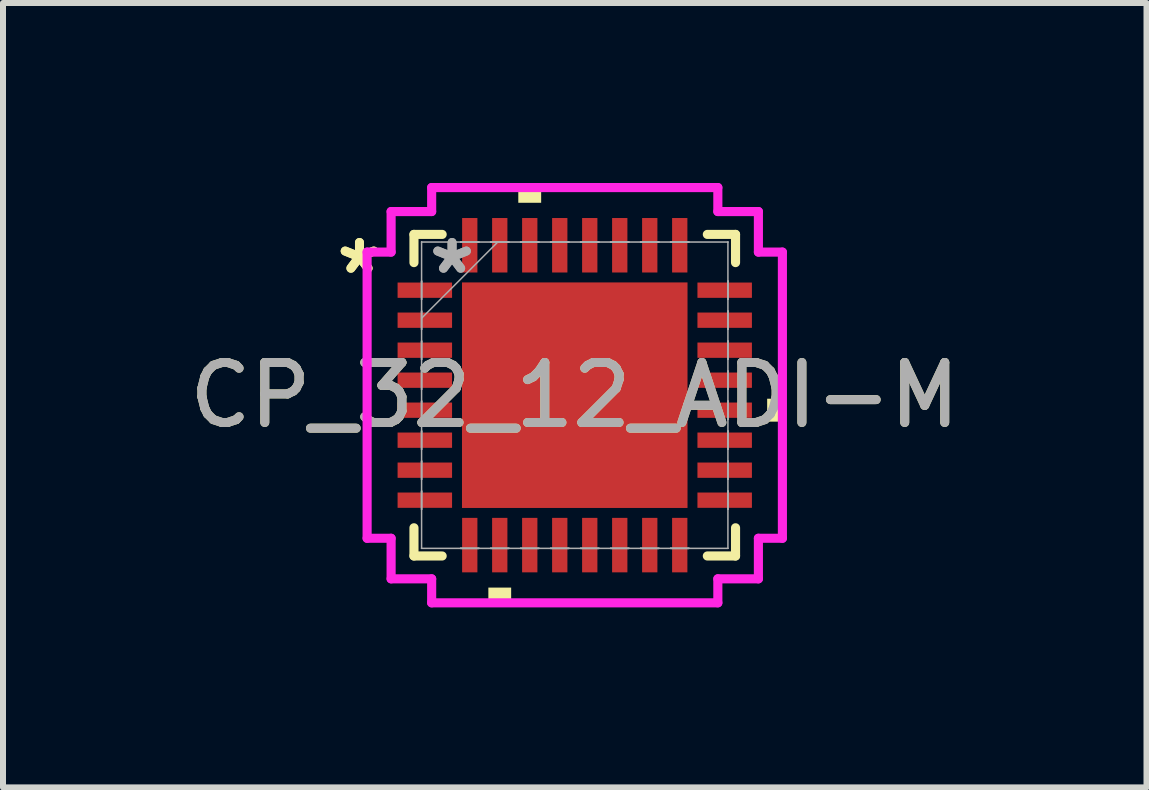
<source format=kicad_pcb>
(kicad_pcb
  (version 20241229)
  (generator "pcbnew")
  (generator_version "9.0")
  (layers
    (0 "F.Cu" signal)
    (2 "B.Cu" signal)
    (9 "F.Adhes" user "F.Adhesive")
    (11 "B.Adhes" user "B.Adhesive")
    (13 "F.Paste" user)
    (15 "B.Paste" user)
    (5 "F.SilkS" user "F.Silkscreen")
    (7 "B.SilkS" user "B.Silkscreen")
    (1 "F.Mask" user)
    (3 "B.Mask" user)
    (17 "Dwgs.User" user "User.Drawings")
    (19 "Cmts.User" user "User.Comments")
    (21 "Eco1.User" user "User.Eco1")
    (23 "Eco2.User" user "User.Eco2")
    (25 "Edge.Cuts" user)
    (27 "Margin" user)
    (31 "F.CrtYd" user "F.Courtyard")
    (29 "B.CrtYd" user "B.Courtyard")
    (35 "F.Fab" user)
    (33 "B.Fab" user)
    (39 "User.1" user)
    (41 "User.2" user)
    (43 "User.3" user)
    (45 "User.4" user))
  (footprint "CP_32_12_ADI-M"
    (layer "F.Cu")
    (at 6.53 3.537)
    (property "Reference" "CP_32_12_ADI-M" (at 0 0 0) (unlocked yes) (layer "F.SilkS") (effects (font (size 1 1) (thickness 0.15))))
    (attr smd)
    (fp_line (start -2.68 -2.68) (end -2.68 -2.21) (stroke (width 0.152) (type solid)) (layer "F.SilkS"))
    (fp_line (start -2.68 2.21) (end -2.68 2.68) (stroke (width 0.152) (type solid)) (layer "F.SilkS"))
    (fp_line (start -2.68 2.68) (end -2.21 2.68) (stroke (width 0.152) (type solid)) (layer "F.SilkS"))
    (fp_line (start -2.21 -2.68) (end -2.68 -2.68) (stroke (width 0.152) (type solid)) (layer "F.SilkS"))
    (fp_line (start 2.21 2.68) (end 2.68 2.68) (stroke (width 0.152) (type solid)) (layer "F.SilkS"))
    (fp_line (start 2.68 -2.68) (end 2.21 -2.68) (stroke (width 0.152) (type solid)) (layer "F.SilkS"))
    (fp_line (start 2.68 -2.21) (end 2.68 -2.68) (stroke (width 0.152) (type solid)) (layer "F.SilkS"))
    (fp_line (start 2.68 2.68) (end 2.68 2.21) (stroke (width 0.152) (type solid)) (layer "F.SilkS"))
    (fp_poly (pts (xy -1.44 3.207) (xy -1.44 3.461) (xy -1.06 3.461) (xy -1.06 3.207)) (stroke (width 0) (type solid)) (fill yes) (layer "F.SilkS"))
    (fp_poly (pts (xy -0.941 -3.207) (xy -0.941 -3.461) (xy -0.56 -3.461) (xy -0.56 -3.207)) (stroke (width 0) (type solid)) (fill yes) (layer "F.SilkS"))
    (fp_poly (pts (xy 3.461 0.059) (xy 3.461 0.441) (xy 3.207 0.441) (xy 3.207 0.059)) (stroke (width 0) (type solid)) (fill yes) (layer "F.SilkS"))
    (fp_poly (pts (xy -1.78 -1.78) (xy -1.78 -0.1) (xy -0.1 -0.1) (xy -0.1 -1.78)) (stroke (width 0) (type solid)) (fill yes) (layer "F.Paste"))
    (fp_poly (pts (xy -1.78 0.1) (xy -1.78 1.78) (xy -0.1 1.78) (xy -0.1 0.1)) (stroke (width 0) (type solid)) (fill yes) (layer "F.Paste"))
    (fp_poly (pts (xy 0.1 -1.78) (xy 0.1 -0.1) (xy 1.78 -0.1) (xy 1.78 -1.78)) (stroke (width 0) (type solid)) (fill yes) (layer "F.Paste"))
    (fp_poly (pts (xy 0.1 0.1) (xy 0.1 1.78) (xy 1.78 1.78) (xy 1.78 0.1)) (stroke (width 0) (type solid)) (fill yes) (layer "F.Paste"))
    (fp_line (start -3.461 -2.385) (end -3.061 -2.385) (stroke (width 0.152) (type solid)) (layer "F.CrtYd"))
    (fp_line (start -3.461 2.385) (end -3.461 -2.385) (stroke (width 0.152) (type solid)) (layer "F.CrtYd"))
    (fp_line (start -3.061 -3.061) (end -2.385 -3.061) (stroke (width 0.152) (type solid)) (layer "F.CrtYd"))
    (fp_line (start -3.061 -2.385) (end -3.061 -3.061) (stroke (width 0.152) (type solid)) (layer "F.CrtYd"))
    (fp_line (start -3.061 2.385) (end -3.461 2.385) (stroke (width 0.152) (type solid)) (layer "F.CrtYd"))
    (fp_line (start -3.061 3.061) (end -3.061 2.385) (stroke (width 0.152) (type solid)) (layer "F.CrtYd"))
    (fp_line (start -2.385 -3.461) (end 2.385 -3.461) (stroke (width 0.152) (type solid)) (layer "F.CrtYd"))
    (fp_line (start -2.385 -3.061) (end -2.385 -3.461) (stroke (width 0.152) (type solid)) (layer "F.CrtYd"))
    (fp_line (start -2.385 3.061) (end -3.061 3.061) (stroke (width 0.152) (type solid)) (layer "F.CrtYd"))
    (fp_line (start -2.385 3.461) (end -2.385 3.061) (stroke (width 0.152) (type solid)) (layer "F.CrtYd"))
    (fp_line (start 2.385 -3.461) (end 2.385 -3.061) (stroke (width 0.152) (type solid)) (layer "F.CrtYd"))
    (fp_line (start 2.385 -3.061) (end 3.061 -3.061) (stroke (width 0.152) (type solid)) (layer "F.CrtYd"))
    (fp_line (start 2.385 3.061) (end 2.385 3.461) (stroke (width 0.152) (type solid)) (layer "F.CrtYd"))
    (fp_line (start 2.385 3.461) (end -2.385 3.461) (stroke (width 0.152) (type solid)) (layer "F.CrtYd"))
    (fp_line (start 3.061 -3.061) (end 3.061 -2.385) (stroke (width 0.152) (type solid)) (layer "F.CrtYd"))
    (fp_line (start 3.061 -2.385) (end 3.461 -2.385) (stroke (width 0.152) (type solid)) (layer "F.CrtYd"))
    (fp_line (start 3.061 2.385) (end 3.061 3.061) (stroke (width 0.152) (type solid)) (layer "F.CrtYd"))
    (fp_line (start 3.061 3.061) (end 2.385 3.061) (stroke (width 0.152) (type solid)) (layer "F.CrtYd"))
    (fp_line (start 3.461 -2.385) (end 3.461 2.385) (stroke (width 0.152) (type solid)) (layer "F.CrtYd"))
    (fp_line (start 3.461 2.385) (end 3.061 2.385) (stroke (width 0.152) (type solid)) (layer "F.CrtYd"))
    (fp_line (start -2.553 -2.553) (end -2.553 -2.553) (stroke (width 0.025) (type solid)) (layer "F.Fab"))
    (fp_line (start -2.553 -2.553) (end -2.553 2.553) (stroke (width 0.025) (type solid)) (layer "F.Fab"))
    (fp_line (start -2.553 -1.902) (end -2.553 -1.902) (stroke (width 0.025) (type solid)) (layer "F.Fab"))
    (fp_line (start -2.553 -1.902) (end -2.553 -1.598) (stroke (width 0.025) (type solid)) (layer "F.Fab"))
    (fp_line (start -2.553 -1.598) (end -2.553 -1.902) (stroke (width 0.025) (type solid)) (layer "F.Fab"))
    (fp_line (start -2.553 -1.598) (end -2.553 -1.598) (stroke (width 0.025) (type solid)) (layer "F.Fab"))
    (fp_line (start -2.553 -1.402) (end -2.553 -1.402) (stroke (width 0.025) (type solid)) (layer "F.Fab"))
    (fp_line (start -2.553 -1.402) (end -2.553 -1.098) (stroke (width 0.025) (type solid)) (layer "F.Fab"))
    (fp_line (start -2.553 -1.283) (end -1.283 -2.553) (stroke (width 0.025) (type solid)) (layer "F.Fab"))
    (fp_line (start -2.553 -1.098) (end -2.553 -1.402) (stroke (width 0.025) (type solid)) (layer "F.Fab"))
    (fp_line (start -2.553 -1.098) (end -2.553 -1.098) (stroke (width 0.025) (type solid)) (layer "F.Fab"))
    (fp_line (start -2.553 -0.902) (end -2.553 -0.902) (stroke (width 0.025) (type solid)) (layer "F.Fab"))
    (fp_line (start -2.553 -0.902) (end -2.553 -0.598) (stroke (width 0.025) (type solid)) (layer "F.Fab"))
    (fp_line (start -2.553 -0.598) (end -2.553 -0.902) (stroke (width 0.025) (type solid)) (layer "F.Fab"))
    (fp_line (start -2.553 -0.598) (end -2.553 -0.598) (stroke (width 0.025) (type solid)) (layer "F.Fab"))
    (fp_line (start -2.553 -0.402) (end -2.553 -0.402) (stroke (width 0.025) (type solid)) (layer "F.Fab"))
    (fp_line (start -2.553 -0.402) (end -2.553 -0.098) (stroke (width 0.025) (type solid)) (layer "F.Fab"))
    (fp_line (start -2.553 -0.098) (end -2.553 -0.402) (stroke (width 0.025) (type solid)) (layer "F.Fab"))
    (fp_line (start -2.553 -0.098) (end -2.553 -0.098) (stroke (width 0.025) (type solid)) (layer "F.Fab"))
    (fp_line (start -2.553 0.098) (end -2.553 0.098) (stroke (width 0.025) (type solid)) (layer "F.Fab"))
    (fp_line (start -2.553 0.098) (end -2.553 0.402) (stroke (width 0.025) (type solid)) (layer "F.Fab"))
    (fp_line (start -2.553 0.402) (end -2.553 0.098) (stroke (width 0.025) (type solid)) (layer "F.Fab"))
    (fp_line (start -2.553 0.402) (end -2.553 0.402) (stroke (width 0.025) (type solid)) (layer "F.Fab"))
    (fp_line (start -2.553 0.598) (end -2.553 0.598) (stroke (width 0.025) (type solid)) (layer "F.Fab"))
    (fp_line (start -2.553 0.598) (end -2.553 0.902) (stroke (width 0.025) (type solid)) (layer "F.Fab"))
    (fp_line (start -2.553 0.902) (end -2.553 0.598) (stroke (width 0.025) (type solid)) (layer "F.Fab"))
    (fp_line (start -2.553 0.902) (end -2.553 0.902) (stroke (width 0.025) (type solid)) (layer "F.Fab"))
    (fp_line (start -2.553 1.098) (end -2.553 1.098) (stroke (width 0.025) (type solid)) (layer "F.Fab"))
    (fp_line (start -2.553 1.098) (end -2.553 1.402) (stroke (width 0.025) (type solid)) (layer "F.Fab"))
    (fp_line (start -2.553 1.402) (end -2.553 1.098) (stroke (width 0.025) (type solid)) (layer "F.Fab"))
    (fp_line (start -2.553 1.402) (end -2.553 1.402) (stroke (width 0.025) (type solid)) (layer "F.Fab"))
    (fp_line (start -2.553 1.598) (end -2.553 1.598) (stroke (width 0.025) (type solid)) (layer "F.Fab"))
    (fp_line (start -2.553 1.598) (end -2.553 1.902) (stroke (width 0.025) (type solid)) (layer "F.Fab"))
    (fp_line (start -2.553 1.902) (end -2.553 1.598) (stroke (width 0.025) (type solid)) (layer "F.Fab"))
    (fp_line (start -2.553 1.902) (end -2.553 1.902) (stroke (width 0.025) (type solid)) (layer "F.Fab"))
    (fp_line (start -2.553 2.553) (end -2.553 2.553) (stroke (width 0.025) (type solid)) (layer "F.Fab"))
    (fp_line (start -2.553 2.553) (end 2.553 2.553) (stroke (width 0.025) (type solid)) (layer "F.Fab"))
    (fp_line (start -1.902 -2.553) (end -1.902 -2.553) (stroke (width 0.025) (type solid)) (layer "F.Fab"))
    (fp_line (start -1.902 -2.553) (end -1.598 -2.553) (stroke (width 0.025) (type solid)) (layer "F.Fab"))
    (fp_line (start -1.902 2.553) (end -1.902 2.553) (stroke (width 0.025) (type solid)) (layer "F.Fab"))
    (fp_line (start -1.902 2.553) (end -1.598 2.553) (stroke (width 0.025) (type solid)) (layer "F.Fab"))
    (fp_line (start -1.598 -2.553) (end -1.902 -2.553) (stroke (width 0.025) (type solid)) (layer "F.Fab"))
    (fp_line (start -1.598 -2.553) (end -1.598 -2.553) (stroke (width 0.025) (type solid)) (layer "F.Fab"))
    (fp_line (start -1.598 2.553) (end -1.902 2.553) (stroke (width 0.025) (type solid)) (layer "F.Fab"))
    (fp_line (start -1.598 2.553) (end -1.598 2.553) (stroke (width 0.025) (type solid)) (layer "F.Fab"))
    (fp_line (start -1.402 -2.553) (end -1.402 -2.553) (stroke (width 0.025) (type solid)) (layer "F.Fab"))
    (fp_line (start -1.402 -2.553) (end -1.098 -2.553) (stroke (width 0.025) (type solid)) (layer "F.Fab"))
    (fp_line (start -1.402 2.553) (end -1.402 2.553) (stroke (width 0.025) (type solid)) (layer "F.Fab"))
    (fp_line (start -1.402 2.553) (end -1.098 2.553) (stroke (width 0.025) (type solid)) (layer "F.Fab"))
    (fp_line (start -1.098 -2.553) (end -1.402 -2.553) (stroke (width 0.025) (type solid)) (layer "F.Fab"))
    (fp_line (start -1.098 -2.553) (end -1.098 -2.553) (stroke (width 0.025) (type solid)) (layer "F.Fab"))
    (fp_line (start -1.098 2.553) (end -1.402 2.553) (stroke (width 0.025) (type solid)) (layer "F.Fab"))
    (fp_line (start -1.098 2.553) (end -1.098 2.553) (stroke (width 0.025) (type solid)) (layer "F.Fab"))
    (fp_line (start -0.902 -2.553) (end -0.902 -2.553) (stroke (width 0.025) (type solid)) (layer "F.Fab"))
    (fp_line (start -0.902 -2.553) (end -0.598 -2.553) (stroke (width 0.025) (type solid)) (layer "F.Fab"))
    (fp_line (start -0.902 2.553) (end -0.902 2.553) (stroke (width 0.025) (type solid)) (layer "F.Fab"))
    (fp_line (start -0.902 2.553) (end -0.598 2.553) (stroke (width 0.025) (type solid)) (layer "F.Fab"))
    (fp_line (start -0.598 -2.553) (end -0.902 -2.553) (stroke (width 0.025) (type solid)) (layer "F.Fab"))
    (fp_line (start -0.598 -2.553) (end -0.598 -2.553) (stroke (width 0.025) (type solid)) (layer "F.Fab"))
    (fp_line (start -0.598 2.553) (end -0.902 2.553) (stroke (width 0.025) (type solid)) (layer "F.Fab"))
    (fp_line (start -0.598 2.553) (end -0.598 2.553) (stroke (width 0.025) (type solid)) (layer "F.Fab"))
    (fp_line (start -0.402 -2.553) (end -0.402 -2.553) (stroke (width 0.025) (type solid)) (layer "F.Fab"))
    (fp_line (start -0.402 -2.553) (end -0.098 -2.553) (stroke (width 0.025) (type solid)) (layer "F.Fab"))
    (fp_line (start -0.402 2.553) (end -0.402 2.553) (stroke (width 0.025) (type solid)) (layer "F.Fab"))
    (fp_line (start -0.402 2.553) (end -0.098 2.553) (stroke (width 0.025) (type solid)) (layer "F.Fab"))
    (fp_line (start -0.098 -2.553) (end -0.402 -2.553) (stroke (width 0.025) (type solid)) (layer "F.Fab"))
    (fp_line (start -0.098 -2.553) (end -0.098 -2.553) (stroke (width 0.025) (type solid)) (layer "F.Fab"))
    (fp_line (start -0.098 2.553) (end -0.402 2.553) (stroke (width 0.025) (type solid)) (layer "F.Fab"))
    (fp_line (start -0.098 2.553) (end -0.098 2.553) (stroke (width 0.025) (type solid)) (layer "F.Fab"))
    (fp_line (start 0.098 -2.553) (end 0.098 -2.553) (stroke (width 0.025) (type solid)) (layer "F.Fab"))
    (fp_line (start 0.098 -2.553) (end 0.402 -2.553) (stroke (width 0.025) (type solid)) (layer "F.Fab"))
    (fp_line (start 0.098 2.553) (end 0.098 2.553) (stroke (width 0.025) (type solid)) (layer "F.Fab"))
    (fp_line (start 0.098 2.553) (end 0.402 2.553) (stroke (width 0.025) (type solid)) (layer "F.Fab"))
    (fp_line (start 0.402 -2.553) (end 0.098 -2.553) (stroke (width 0.025) (type solid)) (layer "F.Fab"))
    (fp_line (start 0.402 -2.553) (end 0.402 -2.553) (stroke (width 0.025) (type solid)) (layer "F.Fab"))
    (fp_line (start 0.402 2.553) (end 0.098 2.553) (stroke (width 0.025) (type solid)) (layer "F.Fab"))
    (fp_line (start 0.402 2.553) (end 0.402 2.553) (stroke (width 0.025) (type solid)) (layer "F.Fab"))
    (fp_line (start 0.598 -2.553) (end 0.598 -2.553) (stroke (width 0.025) (type solid)) (layer "F.Fab"))
    (fp_line (start 0.598 -2.553) (end 0.902 -2.553) (stroke (width 0.025) (type solid)) (layer "F.Fab"))
    (fp_line (start 0.598 2.553) (end 0.598 2.553) (stroke (width 0.025) (type solid)) (layer "F.Fab"))
    (fp_line (start 0.598 2.553) (end 0.902 2.553) (stroke (width 0.025) (type solid)) (layer "F.Fab"))
    (fp_line (start 0.902 -2.553) (end 0.598 -2.553) (stroke (width 0.025) (type solid)) (layer "F.Fab"))
    (fp_line (start 0.902 -2.553) (end 0.902 -2.553) (stroke (width 0.025) (type solid)) (layer "F.Fab"))
    (fp_line (start 0.902 2.553) (end 0.598 2.553) (stroke (width 0.025) (type solid)) (layer "F.Fab"))
    (fp_line (start 0.902 2.553) (end 0.902 2.553) (stroke (width 0.025) (type solid)) (layer "F.Fab"))
    (fp_line (start 1.098 -2.553) (end 1.098 -2.553) (stroke (width 0.025) (type solid)) (layer "F.Fab"))
    (fp_line (start 1.098 -2.553) (end 1.402 -2.553) (stroke (width 0.025) (type solid)) (layer "F.Fab"))
    (fp_line (start 1.098 2.553) (end 1.098 2.553) (stroke (width 0.025) (type solid)) (layer "F.Fab"))
    (fp_line (start 1.098 2.553) (end 1.402 2.553) (stroke (width 0.025) (type solid)) (layer "F.Fab"))
    (fp_line (start 1.402 -2.553) (end 1.098 -2.553) (stroke (width 0.025) (type solid)) (layer "F.Fab"))
    (fp_line (start 1.402 -2.553) (end 1.402 -2.553) (stroke (width 0.025) (type solid)) (layer "F.Fab"))
    (fp_line (start 1.402 2.553) (end 1.098 2.553) (stroke (width 0.025) (type solid)) (layer "F.Fab"))
    (fp_line (start 1.402 2.553) (end 1.402 2.553) (stroke (width 0.025) (type solid)) (layer "F.Fab"))
    (fp_line (start 1.598 -2.553) (end 1.598 -2.553) (stroke (width 0.025) (type solid)) (layer "F.Fab"))
    (fp_line (start 1.598 -2.553) (end 1.902 -2.553) (stroke (width 0.025) (type solid)) (layer "F.Fab"))
    (fp_line (start 1.598 2.553) (end 1.598 2.553) (stroke (width 0.025) (type solid)) (layer "F.Fab"))
    (fp_line (start 1.598 2.553) (end 1.902 2.553) (stroke (width 0.025) (type solid)) (layer "F.Fab"))
    (fp_line (start 1.902 -2.553) (end 1.598 -2.553) (stroke (width 0.025) (type solid)) (layer "F.Fab"))
    (fp_line (start 1.902 -2.553) (end 1.902 -2.553) (stroke (width 0.025) (type solid)) (layer "F.Fab"))
    (fp_line (start 1.902 2.553) (end 1.598 2.553) (stroke (width 0.025) (type solid)) (layer "F.Fab"))
    (fp_line (start 1.902 2.553) (end 1.902 2.553) (stroke (width 0.025) (type solid)) (layer "F.Fab"))
    (fp_line (start 2.553 -2.553) (end -2.553 -2.553) (stroke (width 0.025) (type solid)) (layer "F.Fab"))
    (fp_line (start 2.553 -2.553) (end 2.553 -2.553) (stroke (width 0.025) (type solid)) (layer "F.Fab"))
    (fp_line (start 2.553 -1.902) (end 2.553 -1.902) (stroke (width 0.025) (type solid)) (layer "F.Fab"))
    (fp_line (start 2.553 -1.902) (end 2.553 -1.598) (stroke (width 0.025) (type solid)) (layer "F.Fab"))
    (fp_line (start 2.553 -1.598) (end 2.553 -1.902) (stroke (width 0.025) (type solid)) (layer "F.Fab"))
    (fp_line (start 2.553 -1.598) (end 2.553 -1.598) (stroke (width 0.025) (type solid)) (layer "F.Fab"))
    (fp_line (start 2.553 -1.402) (end 2.553 -1.402) (stroke (width 0.025) (type solid)) (layer "F.Fab"))
    (fp_line (start 2.553 -1.402) (end 2.553 -1.098) (stroke (width 0.025) (type solid)) (layer "F.Fab"))
    (fp_line (start 2.553 -1.098) (end 2.553 -1.402) (stroke (width 0.025) (type solid)) (layer "F.Fab"))
    (fp_line (start 2.553 -1.098) (end 2.553 -1.098) (stroke (width 0.025) (type solid)) (layer "F.Fab"))
    (fp_line (start 2.553 -0.902) (end 2.553 -0.902) (stroke (width 0.025) (type solid)) (layer "F.Fab"))
    (fp_line (start 2.553 -0.902) (end 2.553 -0.598) (stroke (width 0.025) (type solid)) (layer "F.Fab"))
    (fp_line (start 2.553 -0.598) (end 2.553 -0.902) (stroke (width 0.025) (type solid)) (layer "F.Fab"))
    (fp_line (start 2.553 -0.598) (end 2.553 -0.598) (stroke (width 0.025) (type solid)) (layer "F.Fab"))
    (fp_line (start 2.553 -0.402) (end 2.553 -0.402) (stroke (width 0.025) (type solid)) (layer "F.Fab"))
    (fp_line (start 2.553 -0.402) (end 2.553 -0.098) (stroke (width 0.025) (type solid)) (layer "F.Fab"))
    (fp_line (start 2.553 -0.098) (end 2.553 -0.402) (stroke (width 0.025) (type solid)) (layer "F.Fab"))
    (fp_line (start 2.553 -0.098) (end 2.553 -0.098) (stroke (width 0.025) (type solid)) (layer "F.Fab"))
    (fp_line (start 2.553 0.098) (end 2.553 0.098) (stroke (width 0.025) (type solid)) (layer "F.Fab"))
    (fp_line (start 2.553 0.098) (end 2.553 0.402) (stroke (width 0.025) (type solid)) (layer "F.Fab"))
    (fp_line (start 2.553 0.402) (end 2.553 0.098) (stroke (width 0.025) (type solid)) (layer "F.Fab"))
    (fp_line (start 2.553 0.402) (end 2.553 0.402) (stroke (width 0.025) (type solid)) (layer "F.Fab"))
    (fp_line (start 2.553 0.598) (end 2.553 0.598) (stroke (width 0.025) (type solid)) (layer "F.Fab"))
    (fp_line (start 2.553 0.598) (end 2.553 0.902) (stroke (width 0.025) (type solid)) (layer "F.Fab"))
    (fp_line (start 2.553 0.902) (end 2.553 0.598) (stroke (width 0.025) (type solid)) (layer "F.Fab"))
    (fp_line (start 2.553 0.902) (end 2.553 0.902) (stroke (width 0.025) (type solid)) (layer "F.Fab"))
    (fp_line (start 2.553 1.098) (end 2.553 1.098) (stroke (width 0.025) (type solid)) (layer "F.Fab"))
    (fp_line (start 2.553 1.098) (end 2.553 1.402) (stroke (width 0.025) (type solid)) (layer "F.Fab"))
    (fp_line (start 2.553 1.402) (end 2.553 1.098) (stroke (width 0.025) (type solid)) (layer "F.Fab"))
    (fp_line (start 2.553 1.402) (end 2.553 1.402) (stroke (width 0.025) (type solid)) (layer "F.Fab"))
    (fp_line (start 2.553 1.598) (end 2.553 1.598) (stroke (width 0.025) (type solid)) (layer "F.Fab"))
    (fp_line (start 2.553 1.598) (end 2.553 1.902) (stroke (width 0.025) (type solid)) (layer "F.Fab"))
    (fp_line (start 2.553 1.902) (end 2.553 1.598) (stroke (width 0.025) (type solid)) (layer "F.Fab"))
    (fp_line (start 2.553 1.902) (end 2.553 1.902) (stroke (width 0.025) (type solid)) (layer "F.Fab"))
    (fp_line (start 2.553 2.553) (end 2.553 -2.553) (stroke (width 0.025) (type solid)) (layer "F.Fab"))
    (fp_line (start 2.553 2.553) (end 2.553 2.553) (stroke (width 0.025) (type solid)) (layer "F.Fab"))
    (fp_text user "*" (at -3.588 -2 0) (layer "F.SilkS") (effects (font (size 1 1) (thickness 0.15))))
    (fp_text user "*" (at -3.588 -2 0) (unlocked yes) (layer "F.SilkS") (effects (font (size 1 1) (thickness 0.15))))
    (fp_text user "${REFERENCE}" (at 0 0 0) (unlocked yes) (layer "F.Fab") (effects (font (size 1 1) (thickness 0.15))))
    (fp_text user "*" (at -2.045 -2 0) (unlocked yes) (layer "F.Fab") (effects (font (size 1 1) (thickness 0.15))))
    (fp_text user "*" (at -2.045 -2 0) (layer "F.Fab") (effects (font (size 1 1) (thickness 0.15))))
    (pad "1" smd rect (at -2.499 -1.75 90) (size 0.255 0.908) (layers "F.Cu" "F.Mask" "F.Paste"))
    (pad "2" smd rect (at -2.499 -1.25 90) (size 0.255 0.908) (layers "F.Cu" "F.Mask" "F.Paste"))
    (pad "3" smd rect (at -2.499 -0.75 90) (size 0.255 0.908) (layers "F.Cu" "F.Mask" "F.Paste"))
    (pad "4" smd rect (at -2.499 -0.25 90) (size 0.255 0.908) (layers "F.Cu" "F.Mask" "F.Paste"))
    (pad "5" smd rect (at -2.499 0.25 90) (size 0.255 0.908) (layers "F.Cu" "F.Mask" "F.Paste"))
    (pad "6" smd rect (at -2.499 0.75 90) (size 0.255 0.908) (layers "F.Cu" "F.Mask" "F.Paste"))
    (pad "7" smd rect (at -2.499 1.25 90) (size 0.255 0.908) (layers "F.Cu" "F.Mask" "F.Paste"))
    (pad "8" smd rect (at -2.499 1.75 90) (size 0.255 0.908) (layers "F.Cu" "F.Mask" "F.Paste"))
    (pad "9" smd rect (at -1.75 2.499) (size 0.255 0.908) (layers "F.Cu" "F.Mask" "F.Paste"))
    (pad "10" smd rect (at -1.25 2.499) (size 0.255 0.908) (layers "F.Cu" "F.Mask" "F.Paste"))
    (pad "11" smd rect (at -0.75 2.499) (size 0.255 0.908) (layers "F.Cu" "F.Mask" "F.Paste"))
    (pad "12" smd rect (at -0.25 2.499) (size 0.255 0.908) (layers "F.Cu" "F.Mask" "F.Paste"))
    (pad "13" smd rect (at 0.25 2.499) (size 0.255 0.908) (layers "F.Cu" "F.Mask" "F.Paste"))
    (pad "14" smd rect (at 0.75 2.499) (size 0.255 0.908) (layers "F.Cu" "F.Mask" "F.Paste"))
    (pad "15" smd rect (at 1.25 2.499) (size 0.255 0.908) (layers "F.Cu" "F.Mask" "F.Paste"))
    (pad "16" smd rect (at 1.75 2.499) (size 0.255 0.908) (layers "F.Cu" "F.Mask" "F.Paste"))
    (pad "17" smd rect (at 2.499 1.75 90) (size 0.255 0.908) (layers "F.Cu" "F.Mask" "F.Paste"))
    (pad "18" smd rect (at 2.499 1.25 90) (size 0.255 0.908) (layers "F.Cu" "F.Mask" "F.Paste"))
    (pad "19" smd rect (at 2.499 0.75 90) (size 0.255 0.908) (layers "F.Cu" "F.Mask" "F.Paste"))
    (pad "20" smd rect (at 2.499 0.25 90) (size 0.255 0.908) (layers "F.Cu" "F.Mask" "F.Paste"))
    (pad "21" smd rect (at 2.499 -0.25 90) (size 0.255 0.908) (layers "F.Cu" "F.Mask" "F.Paste"))
    (pad "22" smd rect (at 2.499 -0.75 90) (size 0.255 0.908) (layers "F.Cu" "F.Mask" "F.Paste"))
    (pad "23" smd rect (at 2.499 -1.25 90) (size 0.255 0.908) (layers "F.Cu" "F.Mask" "F.Paste"))
    (pad "24" smd rect (at 2.499 -1.75 90) (size 0.255 0.908) (layers "F.Cu" "F.Mask" "F.Paste"))
    (pad "25" smd rect (at 1.75 -2.499) (size 0.255 0.908) (layers "F.Cu" "F.Mask" "F.Paste"))
    (pad "26" smd rect (at 1.25 -2.499) (size 0.255 0.908) (layers "F.Cu" "F.Mask" "F.Paste"))
    (pad "27" smd rect (at 0.75 -2.499) (size 0.255 0.908) (layers "F.Cu" "F.Mask" "F.Paste"))
    (pad "28" smd rect (at 0.25 -2.499) (size 0.255 0.908) (layers "F.Cu" "F.Mask" "F.Paste"))
    (pad "29" smd rect (at -0.25 -2.499) (size 0.255 0.908) (layers "F.Cu" "F.Mask" "F.Paste"))
    (pad "30" smd rect (at -0.75 -2.499) (size 0.255 0.908) (layers "F.Cu" "F.Mask" "F.Paste"))
    (pad "31" smd rect (at -1.25 -2.499) (size 0.255 0.908) (layers "F.Cu" "F.Mask" "F.Paste"))
    (pad "32" smd rect (at -1.75 -2.499) (size 0.255 0.908) (layers "F.Cu" "F.Mask" "F.Paste"))
    (pad "33" smd rect (at 0 0) (size 3.759 3.759) (layers "F.Cu" "F.Mask" "F.Paste")))
  (gr_rect
    (start -3 -3)
    (end 16.06 10.074)
    (stroke (width 0.1) (type default))
    (fill no)
    (layer "Edge.Cuts")))
</source>
